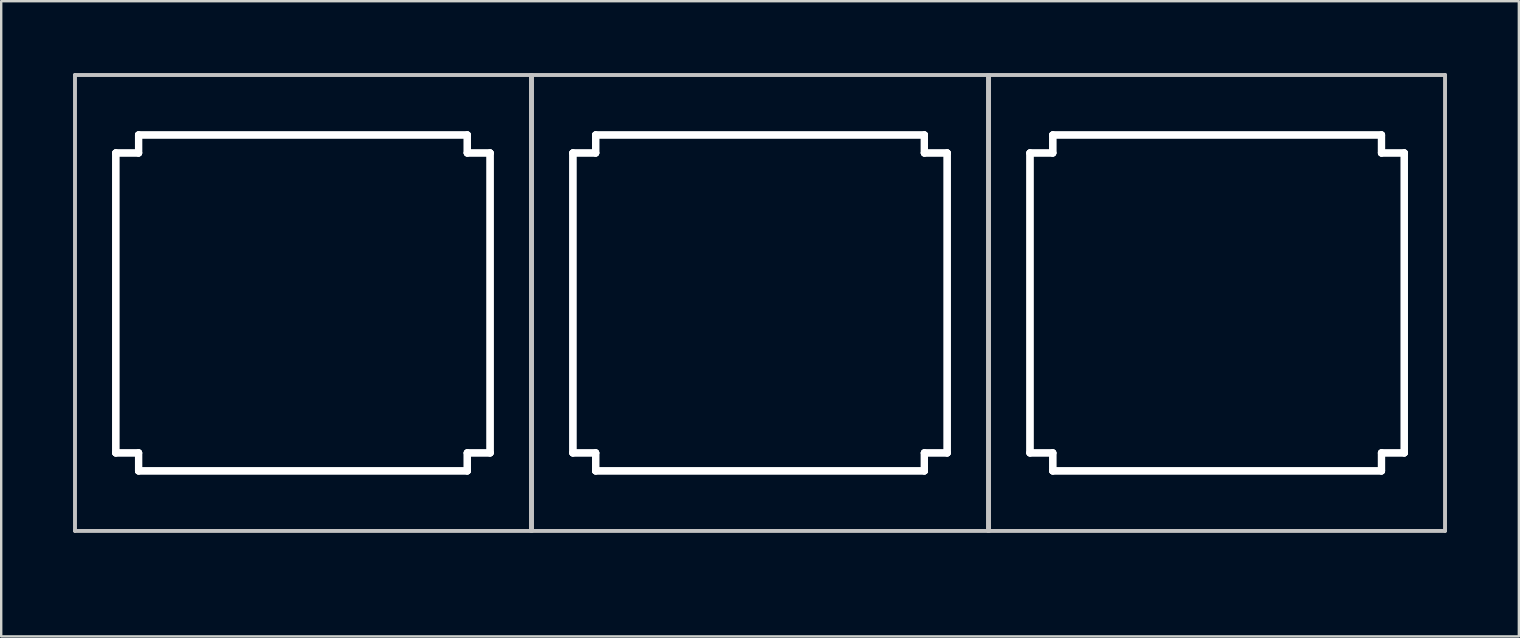
<source format=kicad_pcb>
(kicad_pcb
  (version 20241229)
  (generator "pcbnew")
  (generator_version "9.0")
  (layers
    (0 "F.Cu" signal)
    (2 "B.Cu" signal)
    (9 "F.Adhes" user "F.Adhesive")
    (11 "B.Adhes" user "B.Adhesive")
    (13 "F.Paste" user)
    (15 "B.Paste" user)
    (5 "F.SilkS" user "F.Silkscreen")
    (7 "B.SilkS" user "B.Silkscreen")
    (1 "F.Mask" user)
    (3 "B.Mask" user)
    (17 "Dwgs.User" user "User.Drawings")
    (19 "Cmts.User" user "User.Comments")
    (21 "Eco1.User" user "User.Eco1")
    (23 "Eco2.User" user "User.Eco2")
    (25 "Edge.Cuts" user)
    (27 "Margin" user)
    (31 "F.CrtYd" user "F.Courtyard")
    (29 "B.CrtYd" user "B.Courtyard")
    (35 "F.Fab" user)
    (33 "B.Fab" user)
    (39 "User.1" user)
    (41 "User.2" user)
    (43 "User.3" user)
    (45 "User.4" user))
  (footprint "KSC_MX-Alps-1u_1.25u-3u-wide"
    (layer "F.Cu")
    (at 28.625 9.575)
    (property "Reference" "KSC_MX-Alps-1u_1.25u-3u-wide" (at 0.25 10.05 0) (layer "Eco2.User") (effects (font (size 1 1) (thickness 0.15))))
    (attr through_hole)
    (fp_line (start -28.55 -9.5) (end -9.55 -9.5) (stroke (width 0.15) (type solid)) (layer "Dwgs.User"))
    (fp_line (start -28.55 -9.5) (end -9.55 -9.5) (stroke (width 0.15) (type solid)) (layer "Dwgs.User"))
    (fp_line (start -28.55 9.5) (end -28.55 -9.5) (stroke (width 0.15) (type solid)) (layer "Dwgs.User"))
    (fp_line (start -28.55 9.5) (end -28.55 -9.5) (stroke (width 0.15) (type solid)) (layer "Dwgs.User"))
    (fp_line (start -9.55 -9.5) (end -9.55 9.5) (stroke (width 0.15) (type solid)) (layer "Dwgs.User"))
    (fp_line (start -9.55 -9.5) (end -9.55 9.5) (stroke (width 0.15) (type solid)) (layer "Dwgs.User"))
    (fp_line (start -9.55 9.5) (end -28.55 9.5) (stroke (width 0.15) (type solid)) (layer "Dwgs.User"))
    (fp_line (start -9.55 9.5) (end -28.55 9.5) (stroke (width 0.15) (type solid)) (layer "Dwgs.User"))
    (fp_line (start -9.5 -9.5) (end 9.5 -9.5) (stroke (width 0.15) (type solid)) (layer "Dwgs.User"))
    (fp_line (start -9.5 -9.5) (end 9.5 -9.5) (stroke (width 0.15) (type solid)) (layer "Dwgs.User"))
    (fp_line (start -9.5 9.5) (end -9.5 -9.5) (stroke (width 0.15) (type solid)) (layer "Dwgs.User"))
    (fp_line (start -9.5 9.5) (end -9.5 -9.5) (stroke (width 0.15) (type solid)) (layer "Dwgs.User"))
    (fp_line (start 9.5 -9.5) (end 9.5 9.5) (stroke (width 0.15) (type solid)) (layer "Dwgs.User"))
    (fp_line (start 9.5 -9.5) (end 9.5 9.5) (stroke (width 0.15) (type solid)) (layer "Dwgs.User"))
    (fp_line (start 9.5 9.5) (end -9.5 9.5) (stroke (width 0.15) (type solid)) (layer "Dwgs.User"))
    (fp_line (start 9.5 9.5) (end -9.5 9.5) (stroke (width 0.15) (type solid)) (layer "Dwgs.User"))
    (fp_line (start 9.55 -9.5) (end 28.55 -9.5) (stroke (width 0.15) (type solid)) (layer "Dwgs.User"))
    (fp_line (start 9.55 -9.5) (end 28.55 -9.5) (stroke (width 0.15) (type solid)) (layer "Dwgs.User"))
    (fp_line (start 9.55 9.5) (end 9.55 -9.5) (stroke (width 0.15) (type solid)) (layer "Dwgs.User"))
    (fp_line (start 9.55 9.5) (end 9.55 -9.5) (stroke (width 0.15) (type solid)) (layer "Dwgs.User"))
    (fp_line (start 28.55 -9.5) (end 28.55 9.5) (stroke (width 0.15) (type solid)) (layer "Dwgs.User"))
    (fp_line (start 28.55 -9.5) (end 28.55 9.5) (stroke (width 0.15) (type solid)) (layer "Dwgs.User"))
    (fp_line (start 28.55 9.5) (end 9.55 9.5) (stroke (width 0.15) (type solid)) (layer "Dwgs.User"))
    (fp_line (start 28.55 9.5) (end 9.55 9.5) (stroke (width 0.15) (type solid)) (layer "Dwgs.User"))
    (pad "" np_thru_hole oval (at -26.85 0) (size 0.3 12.8) (drill oval 0.3 12.8) (layers "*.Cu" "*.Mask"))
    (pad "" np_thru_hole oval (at -26.85 0) (size 0.3 12.8) (drill oval 0.3 12.8) (layers "*.Cu" "*.Mask"))
    (pad "" np_thru_hole oval (at -26.375 -6.25) (size 1.25 0.3) (drill oval 1.25 0.3) (layers "*.Cu" "*.Mask"))
    (pad "" np_thru_hole oval (at -26.375 -6.25) (size 1.25 0.3) (drill oval 1.25 0.3) (layers "*.Cu" "*.Mask"))
    (pad "" np_thru_hole oval (at -26.375 6.25) (size 1.25 0.3) (drill oval 1.25 0.3) (layers "*.Cu" "*.Mask"))
    (pad "" np_thru_hole oval (at -26.375 6.25) (size 1.25 0.3) (drill oval 1.25 0.3) (layers "*.Cu" "*.Mask"))
    (pad "" np_thru_hole oval (at -25.9 -6.625) (size 0.3 1.05) (drill oval 0.3 1.05) (layers "*.Cu" "*.Mask"))
    (pad "" np_thru_hole oval (at -25.9 -6.625) (size 0.3 1.05) (drill oval 0.3 1.05) (layers "*.Cu" "*.Mask"))
    (pad "" np_thru_hole oval (at -25.9 6.625) (size 0.3 1.05) (drill oval 0.3 1.05) (layers "*.Cu" "*.Mask"))
    (pad "" np_thru_hole oval (at -25.9 6.625) (size 0.3 1.05) (drill oval 0.3 1.05) (layers "*.Cu" "*.Mask"))
    (pad "" np_thru_hole oval (at -19.05 -7) (size 14 0.3) (drill oval 14 0.3) (layers "*.Cu" "*.Mask"))
    (pad "" np_thru_hole oval (at -19.05 -7) (size 14 0.3) (drill oval 14 0.3) (layers "*.Cu" "*.Mask"))
    (pad "" np_thru_hole oval (at -19.05 7) (size 14 0.3) (drill oval 14 0.3) (layers "*.Cu" "*.Mask"))
    (pad "" np_thru_hole oval (at -19.05 7) (size 14 0.3) (drill oval 14 0.3) (layers "*.Cu" "*.Mask"))
    (pad "" np_thru_hole oval (at -12.2 -6.625) (size 0.3 1.05) (drill oval 0.3 1.05) (layers "*.Cu" "*.Mask"))
    (pad "" np_thru_hole oval (at -12.2 -6.625) (size 0.3 1.05) (drill oval 0.3 1.05) (layers "*.Cu" "*.Mask"))
    (pad "" np_thru_hole oval (at -12.2 6.625) (size 0.3 1.05) (drill oval 0.3 1.05) (layers "*.Cu" "*.Mask"))
    (pad "" np_thru_hole oval (at -12.2 6.625) (size 0.3 1.05) (drill oval 0.3 1.05) (layers "*.Cu" "*.Mask"))
    (pad "" np_thru_hole oval (at -11.725 -6.25) (size 1.25 0.3) (drill oval 1.25 0.3) (layers "*.Cu" "*.Mask"))
    (pad "" np_thru_hole oval (at -11.725 -6.25) (size 1.25 0.3) (drill oval 1.25 0.3) (layers "*.Cu" "*.Mask"))
    (pad "" np_thru_hole oval (at -11.725 6.25) (size 1.25 0.3) (drill oval 1.25 0.3) (layers "*.Cu" "*.Mask"))
    (pad "" np_thru_hole oval (at -11.725 6.25) (size 1.25 0.3) (drill oval 1.25 0.3) (layers "*.Cu" "*.Mask"))
    (pad "" np_thru_hole oval (at -11.25 0) (size 0.3 12.8) (drill oval 0.3 12.8) (layers "*.Cu" "*.Mask"))
    (pad "" np_thru_hole oval (at -11.25 0) (size 0.3 12.8) (drill oval 0.3 12.8) (layers "*.Cu" "*.Mask"))
    (pad "" np_thru_hole oval (at -7.8 0) (size 0.3 12.8) (drill oval 0.3 12.8) (layers "*.Cu" "*.Mask"))
    (pad "" np_thru_hole oval (at -7.8 0) (size 0.3 12.8) (drill oval 0.3 12.8) (layers "*.Cu" "*.Mask"))
    (pad "" np_thru_hole oval (at -7.325 -6.25) (size 1.25 0.3) (drill oval 1.25 0.3) (layers "*.Cu" "*.Mask"))
    (pad "" np_thru_hole oval (at -7.325 -6.25) (size 1.25 0.3) (drill oval 1.25 0.3) (layers "*.Cu" "*.Mask"))
    (pad "" np_thru_hole oval (at -7.325 6.25) (size 1.25 0.3) (drill oval 1.25 0.3) (layers "*.Cu" "*.Mask"))
    (pad "" np_thru_hole oval (at -7.325 6.25) (size 1.25 0.3) (drill oval 1.25 0.3) (layers "*.Cu" "*.Mask"))
    (pad "" np_thru_hole oval (at -6.85 -6.625) (size 0.3 1.05) (drill oval 0.3 1.05) (layers "*.Cu" "*.Mask"))
    (pad "" np_thru_hole oval (at -6.85 -6.625) (size 0.3 1.05) (drill oval 0.3 1.05) (layers "*.Cu" "*.Mask"))
    (pad "" np_thru_hole oval (at -6.85 6.625) (size 0.3 1.05) (drill oval 0.3 1.05) (layers "*.Cu" "*.Mask"))
    (pad "" np_thru_hole oval (at -6.85 6.625) (size 0.3 1.05) (drill oval 0.3 1.05) (layers "*.Cu" "*.Mask"))
    (pad "" np_thru_hole oval (at 0 -7) (size 14 0.3) (drill oval 14 0.3) (layers "*.Cu" "*.Mask"))
    (pad "" np_thru_hole oval (at 0 -7) (size 14 0.3) (drill oval 14 0.3) (layers "*.Cu" "*.Mask"))
    (pad "" np_thru_hole oval (at 0 7) (size 14 0.3) (drill oval 14 0.3) (layers "*.Cu" "*.Mask"))
    (pad "" np_thru_hole oval (at 0 7) (size 14 0.3) (drill oval 14 0.3) (layers "*.Cu" "*.Mask"))
    (pad "" np_thru_hole oval (at 6.85 -6.625) (size 0.3 1.05) (drill oval 0.3 1.05) (layers "*.Cu" "*.Mask"))
    (pad "" np_thru_hole oval (at 6.85 -6.625) (size 0.3 1.05) (drill oval 0.3 1.05) (layers "*.Cu" "*.Mask"))
    (pad "" np_thru_hole oval (at 6.85 6.625) (size 0.3 1.05) (drill oval 0.3 1.05) (layers "*.Cu" "*.Mask"))
    (pad "" np_thru_hole oval (at 6.85 6.625) (size 0.3 1.05) (drill oval 0.3 1.05) (layers "*.Cu" "*.Mask"))
    (pad "" np_thru_hole oval (at 7.325 -6.25) (size 1.25 0.3) (drill oval 1.25 0.3) (layers "*.Cu" "*.Mask"))
    (pad "" np_thru_hole oval (at 7.325 -6.25) (size 1.25 0.3) (drill oval 1.25 0.3) (layers "*.Cu" "*.Mask"))
    (pad "" np_thru_hole oval (at 7.325 6.25) (size 1.25 0.3) (drill oval 1.25 0.3) (layers "*.Cu" "*.Mask"))
    (pad "" np_thru_hole oval (at 7.325 6.25) (size 1.25 0.3) (drill oval 1.25 0.3) (layers "*.Cu" "*.Mask"))
    (pad "" np_thru_hole oval (at 7.8 0) (size 0.3 12.8) (drill oval 0.3 12.8) (layers "*.Cu" "*.Mask"))
    (pad "" np_thru_hole oval (at 7.8 0) (size 0.3 12.8) (drill oval 0.3 12.8) (layers "*.Cu" "*.Mask"))
    (pad "" np_thru_hole oval (at 11.25 0) (size 0.3 12.8) (drill oval 0.3 12.8) (layers "*.Cu" "*.Mask"))
    (pad "" np_thru_hole oval (at 11.25 0) (size 0.3 12.8) (drill oval 0.3 12.8) (layers "*.Cu" "*.Mask"))
    (pad "" np_thru_hole oval (at 11.725 -6.25) (size 1.25 0.3) (drill oval 1.25 0.3) (layers "*.Cu" "*.Mask"))
    (pad "" np_thru_hole oval (at 11.725 -6.25) (size 1.25 0.3) (drill oval 1.25 0.3) (layers "*.Cu" "*.Mask"))
    (pad "" np_thru_hole oval (at 11.725 6.25) (size 1.25 0.3) (drill oval 1.25 0.3) (layers "*.Cu" "*.Mask"))
    (pad "" np_thru_hole oval (at 11.725 6.25) (size 1.25 0.3) (drill oval 1.25 0.3) (layers "*.Cu" "*.Mask"))
    (pad "" np_thru_hole oval (at 12.2 -6.625) (size 0.3 1.05) (drill oval 0.3 1.05) (layers "*.Cu" "*.Mask"))
    (pad "" np_thru_hole oval (at 12.2 -6.625) (size 0.3 1.05) (drill oval 0.3 1.05) (layers "*.Cu" "*.Mask"))
    (pad "" np_thru_hole oval (at 12.2 6.625) (size 0.3 1.05) (drill oval 0.3 1.05) (layers "*.Cu" "*.Mask"))
    (pad "" np_thru_hole oval (at 12.2 6.625) (size 0.3 1.05) (drill oval 0.3 1.05) (layers "*.Cu" "*.Mask"))
    (pad "" np_thru_hole oval (at 19.05 -7) (size 14 0.3) (drill oval 14 0.3) (layers "*.Cu" "*.Mask"))
    (pad "" np_thru_hole oval (at 19.05 -7) (size 14 0.3) (drill oval 14 0.3) (layers "*.Cu" "*.Mask"))
    (pad "" np_thru_hole oval (at 19.05 7) (size 14 0.3) (drill oval 14 0.3) (layers "*.Cu" "*.Mask"))
    (pad "" np_thru_hole oval (at 19.05 7) (size 14 0.3) (drill oval 14 0.3) (layers "*.Cu" "*.Mask"))
    (pad "" np_thru_hole oval (at 25.9 -6.625) (size 0.3 1.05) (drill oval 0.3 1.05) (layers "*.Cu" "*.Mask"))
    (pad "" np_thru_hole oval (at 25.9 -6.625) (size 0.3 1.05) (drill oval 0.3 1.05) (layers "*.Cu" "*.Mask"))
    (pad "" np_thru_hole oval (at 25.9 6.625) (size 0.3 1.05) (drill oval 0.3 1.05) (layers "*.Cu" "*.Mask"))
    (pad "" np_thru_hole oval (at 25.9 6.625) (size 0.3 1.05) (drill oval 0.3 1.05) (layers "*.Cu" "*.Mask"))
    (pad "" np_thru_hole oval (at 26.375 -6.25) (size 1.25 0.3) (drill oval 1.25 0.3) (layers "*.Cu" "*.Mask"))
    (pad "" np_thru_hole oval (at 26.375 -6.25) (size 1.25 0.3) (drill oval 1.25 0.3) (layers "*.Cu" "*.Mask"))
    (pad "" np_thru_hole oval (at 26.375 6.25) (size 1.25 0.3) (drill oval 1.25 0.3) (layers "*.Cu" "*.Mask"))
    (pad "" np_thru_hole oval (at 26.375 6.25) (size 1.25 0.3) (drill oval 1.25 0.3) (layers "*.Cu" "*.Mask"))
    (pad "" np_thru_hole oval (at 26.85 0) (size 0.3 12.8) (drill oval 0.3 12.8) (layers "*.Cu" "*.Mask"))
    (pad "" np_thru_hole oval (at 26.85 0) (size 0.3 12.8) (drill oval 0.3 12.8) (layers "*.Cu" "*.Mask")))
  (gr_rect
    (start -3 -3)
    (end 60.25 23.473)
    (stroke (width 0.1) (type default))
    (fill no)
    (layer "Edge.Cuts")))
</source>
